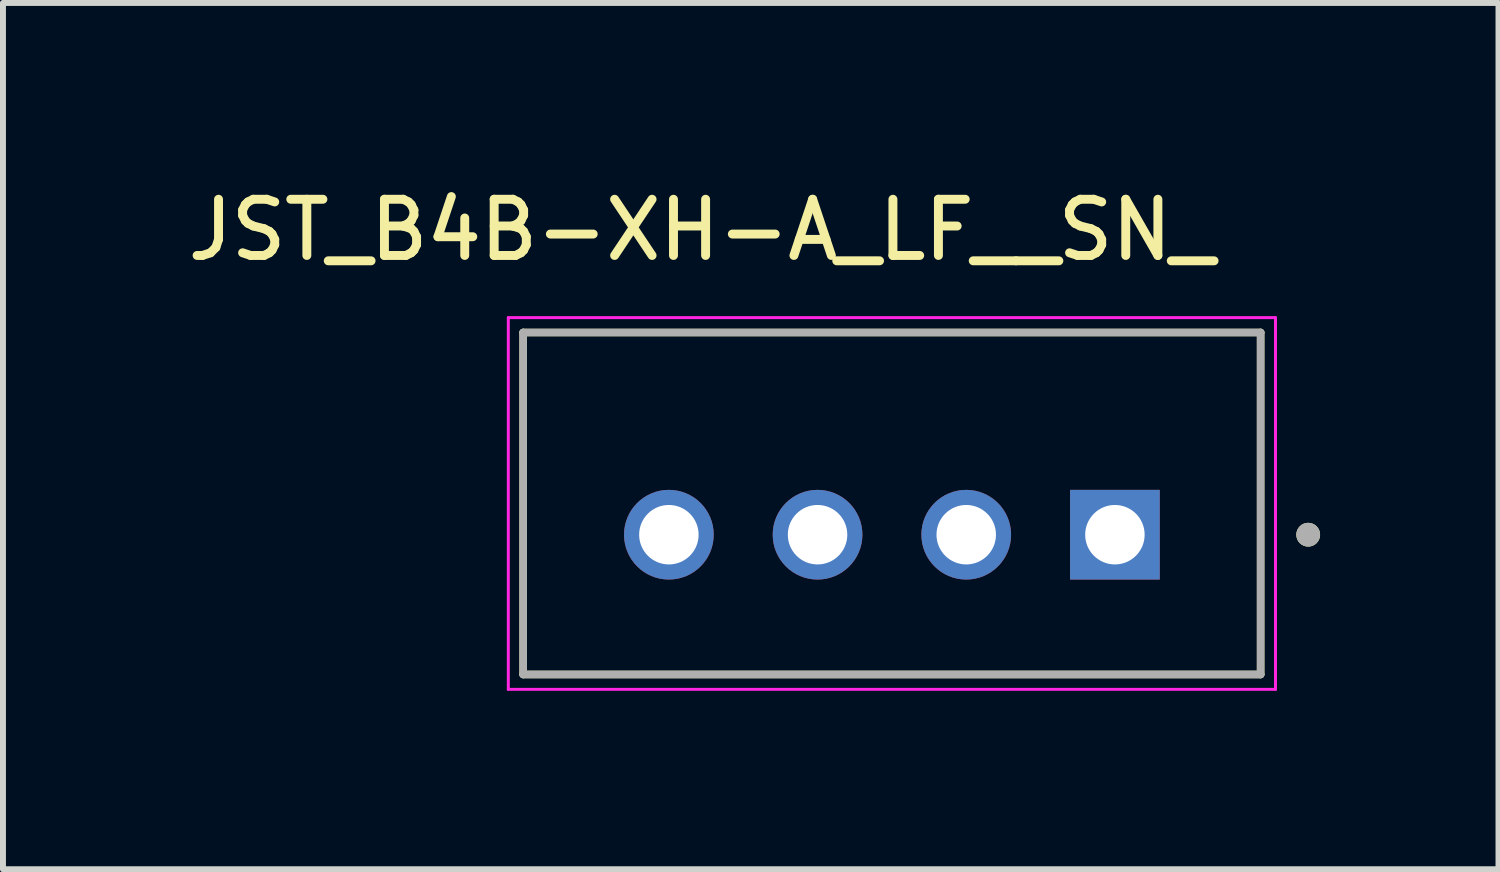
<source format=kicad_pcb>
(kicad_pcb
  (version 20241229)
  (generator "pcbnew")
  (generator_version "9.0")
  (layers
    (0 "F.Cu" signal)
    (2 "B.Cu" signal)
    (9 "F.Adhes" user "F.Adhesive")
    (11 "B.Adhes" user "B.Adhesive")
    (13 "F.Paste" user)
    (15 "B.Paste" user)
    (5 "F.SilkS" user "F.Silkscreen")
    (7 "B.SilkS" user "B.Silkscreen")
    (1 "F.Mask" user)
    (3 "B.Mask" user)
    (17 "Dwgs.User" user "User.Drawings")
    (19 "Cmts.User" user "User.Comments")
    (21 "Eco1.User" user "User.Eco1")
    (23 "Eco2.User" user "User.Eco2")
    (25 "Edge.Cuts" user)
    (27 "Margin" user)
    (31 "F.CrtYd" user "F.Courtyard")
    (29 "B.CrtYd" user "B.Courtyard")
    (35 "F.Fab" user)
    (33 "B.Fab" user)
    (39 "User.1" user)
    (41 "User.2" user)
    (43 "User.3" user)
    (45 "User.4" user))
  (footprint "JST_B4B-XH-A_LF__SN_"
    (layer "F.Cu")
    (at 11.947 5.416)
    (property "Reference" "JST_B4B-XH-A_LF__SN_" (at -3.2 -4.6 0) (layer "F.SilkS") (effects (font (size 0.945 0.945) (thickness 0.15))))
    (attr through_hole)
    (fp_line (start -6.2 -2.875) (end 6.2 -2.875) (stroke (width 0.127) (type solid)) (layer "F.SilkS"))
    (fp_line (start -6.2 2.875) (end -6.2 -2.875) (stroke (width 0.127) (type solid)) (layer "F.SilkS"))
    (fp_line (start 6.2 -2.875) (end 6.2 2.875) (stroke (width 0.127) (type solid)) (layer "F.SilkS"))
    (fp_line (start 6.2 2.875) (end -6.2 2.875) (stroke (width 0.127) (type solid)) (layer "F.SilkS"))
    (fp_circle (center 7 0.525) (end 7.1 0.525) (stroke (width 0.2) (type solid)) (fill no) (layer "F.SilkS"))
    (fp_line (start -6.45 -3.125) (end 6.45 -3.125) (stroke (width 0.05) (type solid)) (layer "F.CrtYd"))
    (fp_line (start -6.45 3.125) (end -6.45 -3.125) (stroke (width 0.05) (type solid)) (layer "F.CrtYd"))
    (fp_line (start 6.45 -3.125) (end 6.45 3.125) (stroke (width 0.05) (type solid)) (layer "F.CrtYd"))
    (fp_line (start 6.45 3.125) (end -6.45 3.125) (stroke (width 0.05) (type solid)) (layer "F.CrtYd"))
    (fp_line (start -6.2 -2.875) (end 6.2 -2.875) (stroke (width 0.127) (type solid)) (layer "F.Fab"))
    (fp_line (start -6.2 2.875) (end -6.2 -2.875) (stroke (width 0.127) (type solid)) (layer "F.Fab"))
    (fp_line (start 6.2 -2.875) (end 6.2 2.875) (stroke (width 0.127) (type solid)) (layer "F.Fab"))
    (fp_line (start 6.2 2.875) (end -6.2 2.875) (stroke (width 0.127) (type solid)) (layer "F.Fab"))
    (fp_circle (center 7 0.525) (end 7.1 0.525) (stroke (width 0.2) (type solid)) (fill no) (layer "F.Fab"))
    (pad "1" thru_hole rect (at 3.75 0.525) (size 1.508 1.508) (drill 1) (layers "*.Cu" "*.Mask"))
    (pad "2" thru_hole circle (at 1.25 0.525) (size 1.508 1.508) (drill 1) (layers "*.Cu" "*.Mask"))
    (pad "3" thru_hole circle (at -1.25 0.525) (size 1.508 1.508) (drill 1) (layers "*.Cu" "*.Mask"))
    (pad "4" thru_hole circle (at -3.75 0.525) (size 1.508 1.508) (drill 1) (layers "*.Cu" "*.Mask")))
  (gr_rect
    (start -3 -3)
    (end 22.147 11.566)
    (stroke (width 0.1) (type default))
    (fill no)
    (layer "Edge.Cuts")))
</source>
